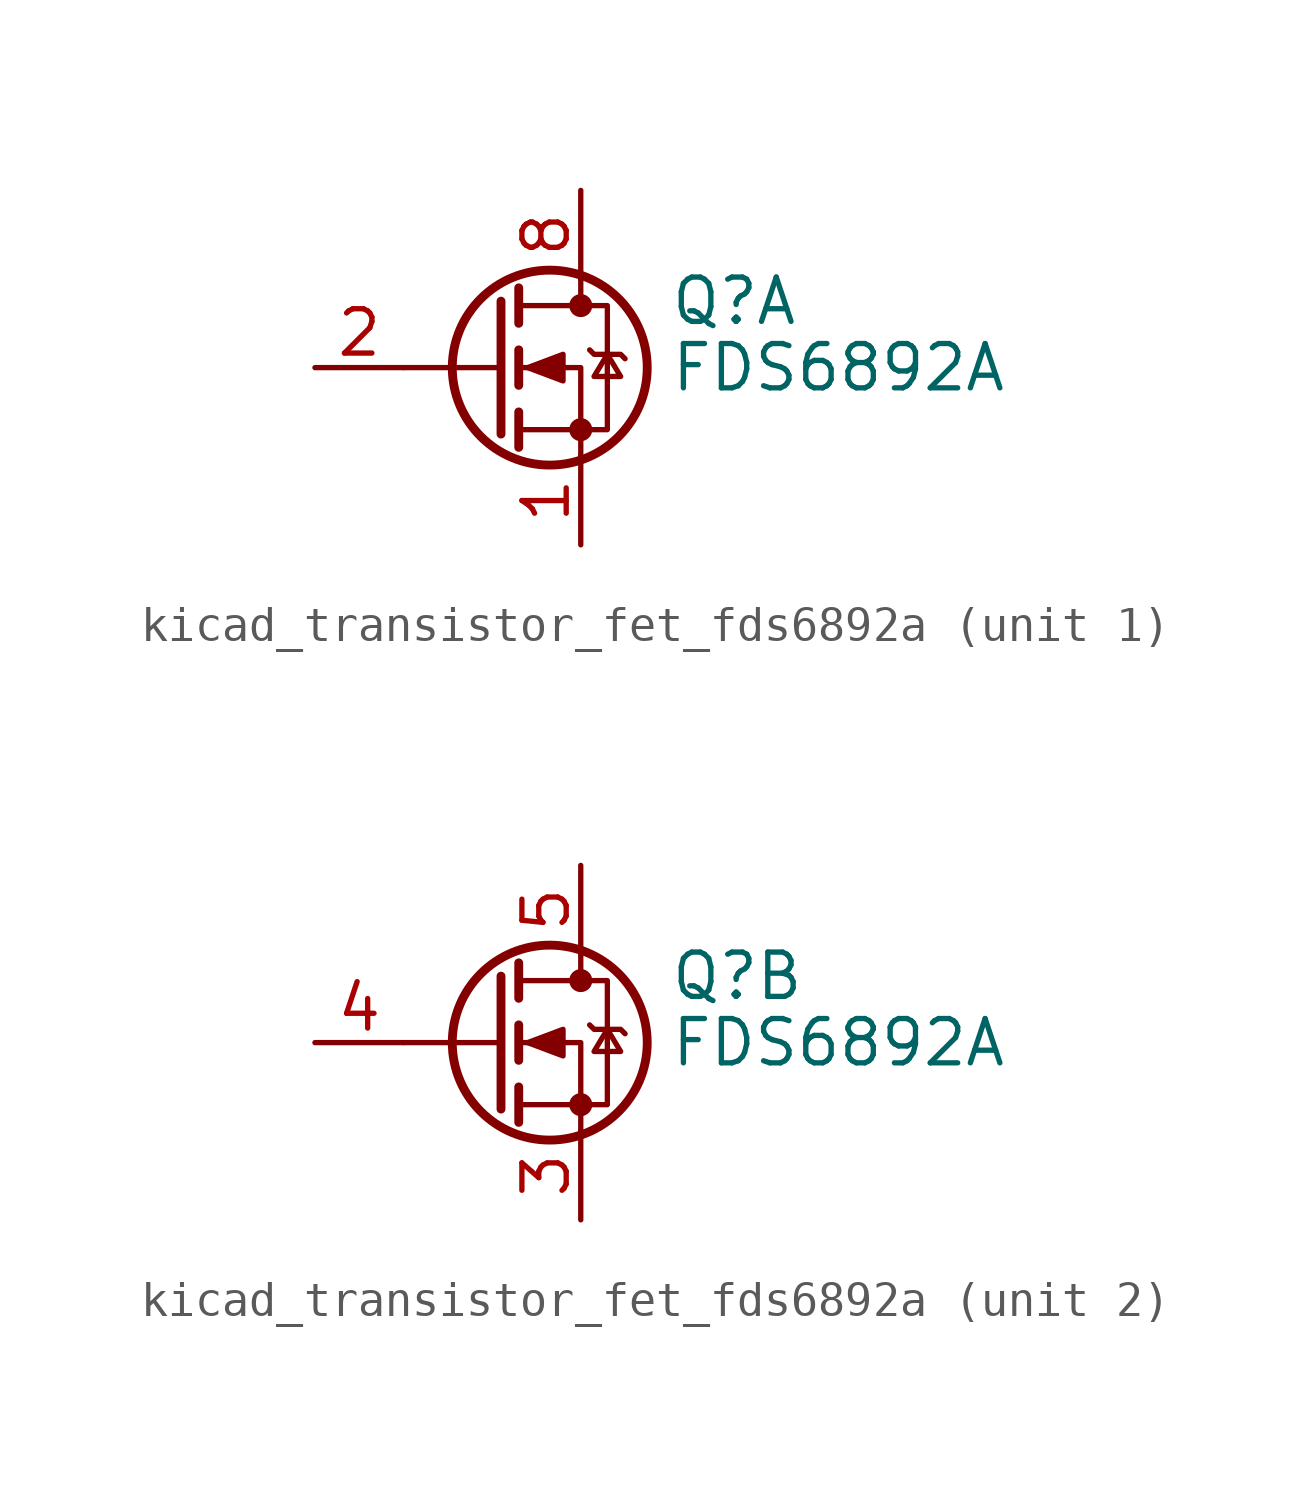
<source format=kicad_sym>
(kicad_symbol_lib
  (version 20220914)
  (generator kicad_symbol_editor)
  (symbol "kicad_transistor_fet_fds6892a"
    (pin_names hide)
    (property "Reference" "Q"
      (at 5.08 1.905 0)
      (effects (font (size 1.27 1.27)) (justify left)))
    (property "Value" "FDS6892A"
      (at 5.08 0 0)
      (effects (font (size 1.27 1.27)) (justify left)))
    (symbol "kicad_transistor_fet_fds6892a_0_1"
      (polyline (pts (xy 0.254 0) (xy -2.54 0)) (stroke (width 0) (type default)) (fill (type none)))
      (polyline (pts (xy 0.254 1.905) (xy 0.254 -1.905)) (stroke (width 0.254) (type default)) (fill (type none)))
      (polyline (pts (xy 0.762 -1.27) (xy 0.762 -2.286)) (stroke (width 0.254) (type default)) (fill (type none)))
      (polyline (pts (xy 0.762 0.508) (xy 0.762 -0.508)) (stroke (width 0.254) (type default)) (fill (type none)))
      (polyline (pts (xy 0.762 2.286) (xy 0.762 1.27)) (stroke (width 0.254) (type default)) (fill (type none)))
      (polyline (pts (xy 2.54 2.54) (xy 2.54 1.778)) (stroke (width 0) (type default)) (fill (type none)))
      (polyline (pts (xy 2.54 -2.54) (xy 2.54 0) (xy 0.762 0)) (stroke (width 0) (type default)) (fill (type none)))
      (polyline (pts (xy 0.762 -1.778) (xy 3.302 -1.778) (xy 3.302 1.778) (xy 0.762 1.778)) (stroke (width 0) (type default)) (fill (type none)))
      (polyline (pts (xy 1.016 0) (xy 2.032 0.381) (xy 2.032 -0.381) (xy 1.016 0)) (stroke (width 0) (type default)) (fill (type outline)))
      (polyline (pts (xy 2.794 0.508) (xy 2.921 0.381) (xy 3.683 0.381) (xy 3.81 0.254)) (stroke (width 0) (type default)) (fill (type none)))
      (polyline (pts (xy 3.302 0.381) (xy 2.921 -0.254) (xy 3.683 -0.254) (xy 3.302 0.381)) (stroke (width 0) (type default)) (fill (type none)))
      (circle (center 1.651 0) (radius 2.794) (stroke (width 0.254) (type default)) (fill (type none)))
      (circle (center 2.54 -1.778) (radius 0.254) (stroke (width 0) (type default)) (fill (type outline)))
      (circle (center 2.54 1.778) (radius 0.254) (stroke (width 0) (type default)) (fill (type outline))))
    (symbol "kicad_transistor_fet_fds6892a_1_1"
      (pin passive line (at 2.54 -5.08 90) (length 2.54) (name "S1" (effects (font (size 1.27 1.27)))) (number "1" (effects (font (size 1.27 1.27)))))
      (pin passive line (at -5.08 0 0) (length 2.54) (name "G1" (effects (font (size 1.27 1.27)))) (number "2" (effects (font (size 1.27 1.27)))))
      (pin passive line (at 2.54 5.08 270) (length 2.54) hide (name "D1" (effects (font (size 1.27 1.27)))) (number "7" (effects (font (size 1.27 1.27)))))
      (pin passive line (at 2.54 5.08 270) (length 2.54) (name "D1" (effects (font (size 1.27 1.27)))) (number "8" (effects (font (size 1.27 1.27))))))
    (symbol "kicad_transistor_fet_fds6892a_2_1"
      (pin passive line (at 2.54 -5.08 90) (length 2.54) (name "S2" (effects (font (size 1.27 1.27)))) (number "3" (effects (font (size 1.27 1.27)))))
      (pin passive line (at -5.08 0 0) (length 2.54) (name "G2" (effects (font (size 1.27 1.27)))) (number "4" (effects (font (size 1.27 1.27)))))
      (pin passive line (at 2.54 5.08 270) (length 2.54) (name "D2" (effects (font (size 1.27 1.27)))) (number "5" (effects (font (size 1.27 1.27)))))
      (pin passive line (at 2.54 5.08 270) (length 2.54) hide (name "D2" (effects (font (size 1.27 1.27)))) (number "6" (effects (font (size 1.27 1.27))))))))
</source>
